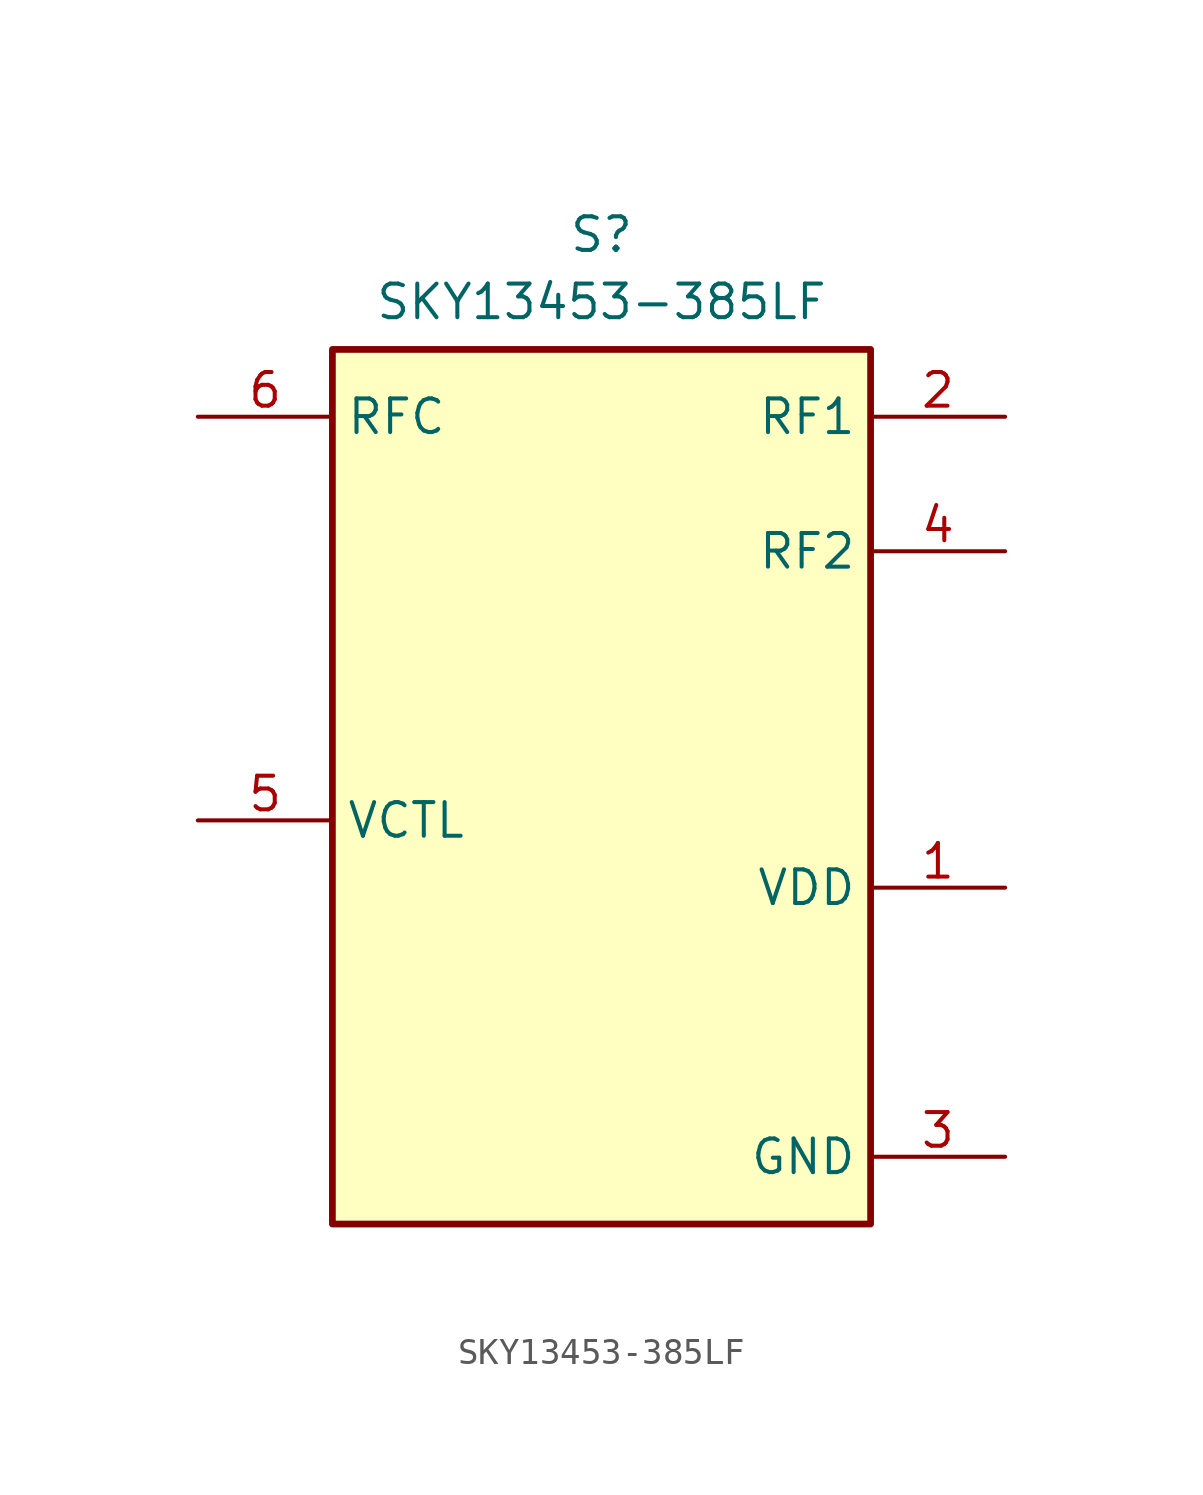
<source format=kicad_sym>
(kicad_symbol_lib
  (version 20220914)
  (generator kicad_symbol_editor)
  (symbol "SKY13453-385LF"
    (property "Reference" "S"
      (at 0 22.86 0)
      (effects (font (size 1.27 1.27)) (justify top)))
    (property "Value" "SKY13453-385LF"
      (at 0 20.32 0)
      (effects (font (size 1.27 1.27)) (justify top)))
    (symbol "SKY13453-385LF_1_1"
      (rectangle (start -10.16 17.78) (end 10.16 -15.24) (stroke (width 0.254) (type default)) (fill (type background)))
      (pin passive line (at 15.24 -2.54 180) (length 5.08) (name "VDD" (effects (font (size 1.27 1.27)))) (number "1" (effects (font (size 1.27 1.27)))))
      (pin passive line (at 15.24 15.24 180) (length 5.08) (name "RF1" (effects (font (size 1.27 1.27)))) (number "2" (effects (font (size 1.27 1.27)))))
      (pin passive line (at 15.24 -12.7 180) (length 5.08) (name "GND" (effects (font (size 1.27 1.27)))) (number "3" (effects (font (size 1.27 1.27)))))
      (pin passive line (at 15.24 10.16 180) (length 5.08) (name "RF2" (effects (font (size 1.27 1.27)))) (number "4" (effects (font (size 1.27 1.27)))))
      (pin passive line (at -15.24 0 0) (length 5.08) (name "VCTL" (effects (font (size 1.27 1.27)))) (number "5" (effects (font (size 1.27 1.27)))))
      (pin passive line (at -15.24 15.24 0) (length 5.08) (name "RFC" (effects (font (size 1.27 1.27)))) (number "6" (effects (font (size 1.27 1.27))))))))
</source>
